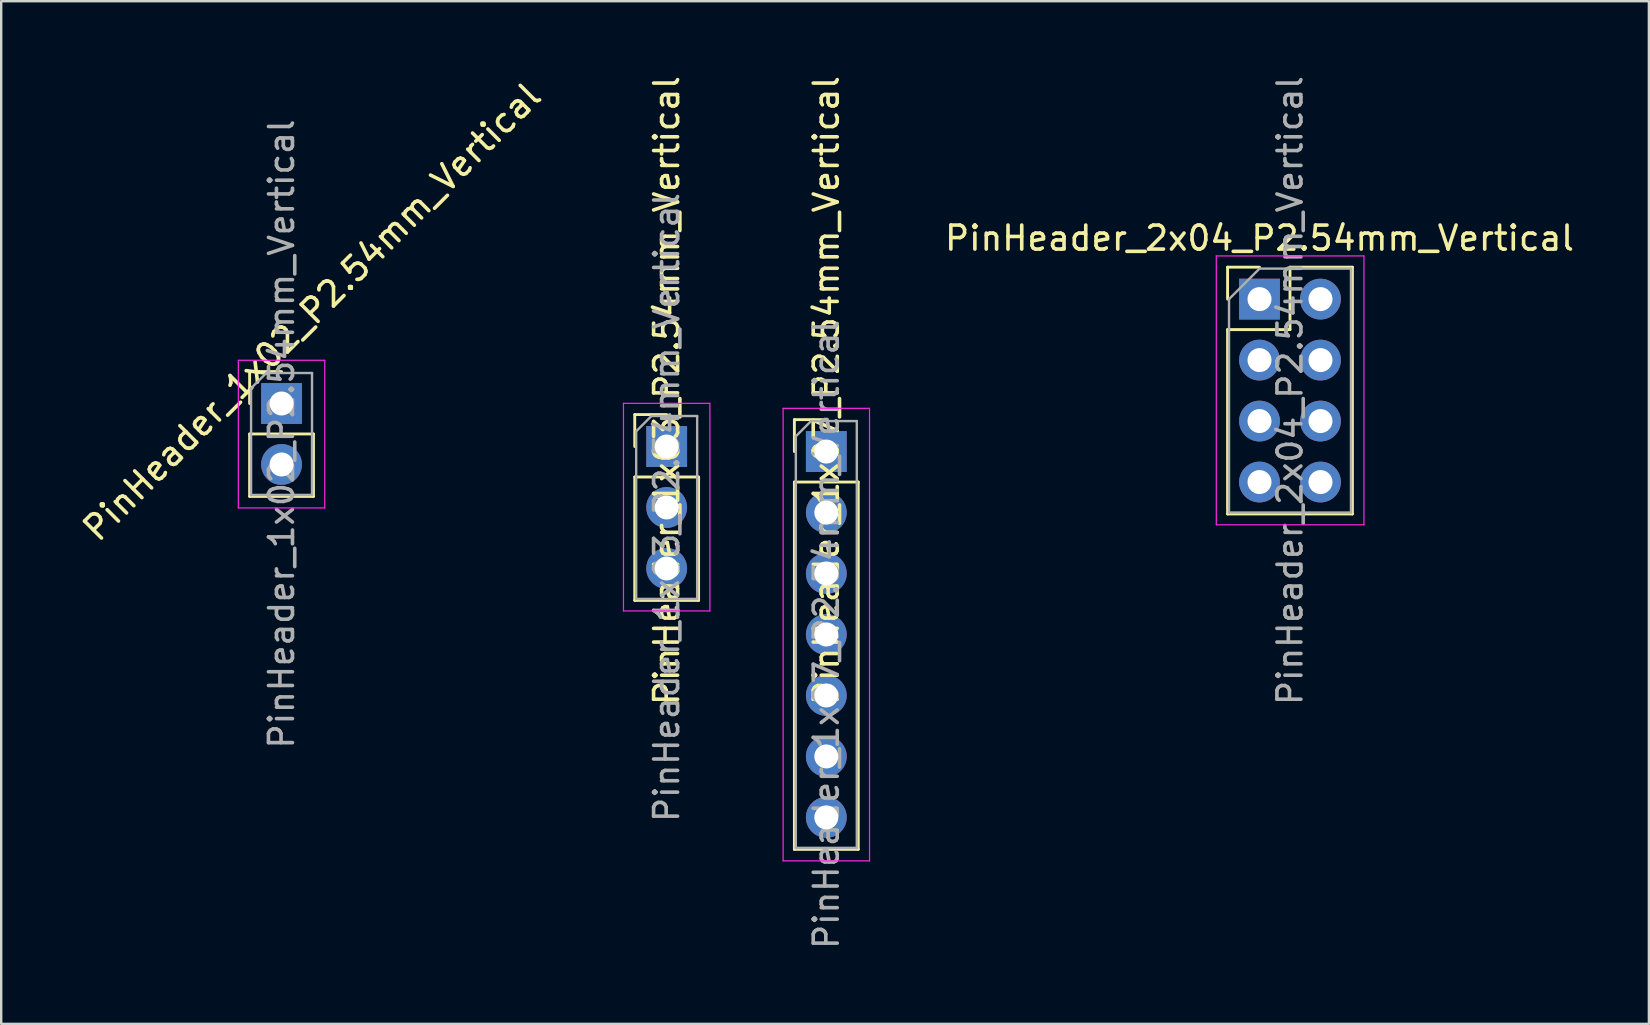
<source format=kicad_pcb>
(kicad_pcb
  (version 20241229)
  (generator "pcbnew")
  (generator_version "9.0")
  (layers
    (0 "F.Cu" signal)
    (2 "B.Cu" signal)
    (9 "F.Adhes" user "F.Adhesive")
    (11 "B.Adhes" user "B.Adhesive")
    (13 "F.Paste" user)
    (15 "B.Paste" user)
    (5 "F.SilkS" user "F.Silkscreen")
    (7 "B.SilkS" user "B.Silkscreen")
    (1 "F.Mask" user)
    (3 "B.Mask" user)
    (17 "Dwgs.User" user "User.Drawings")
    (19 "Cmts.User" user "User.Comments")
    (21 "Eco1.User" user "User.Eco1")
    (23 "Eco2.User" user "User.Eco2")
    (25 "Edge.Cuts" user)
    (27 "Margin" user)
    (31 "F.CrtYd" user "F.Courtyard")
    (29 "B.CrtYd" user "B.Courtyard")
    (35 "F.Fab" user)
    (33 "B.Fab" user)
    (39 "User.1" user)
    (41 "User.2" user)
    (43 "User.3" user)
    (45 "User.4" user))
  (footprint "PinHeader_1x07_P2.54mm_Vertical"
    (layer "F.Cu")
    (at 31.371 15.76)
    (property "Reference" "PinHeader_1x07_P2.54mm_Vertical" (at 0 -2.54 90) (layer "F.SilkS") (effects (font (size 1 1) (thickness 0.15))))
    (attr through_hole)
    (fp_line (start -1.33 -1.33) (end 0 -1.33) (stroke (width 0.12) (type solid)) (layer "F.SilkS"))
    (fp_line (start -1.33 0) (end -1.33 -1.33) (stroke (width 0.12) (type solid)) (layer "F.SilkS"))
    (fp_line (start -1.33 1.27) (end -1.33 16.57) (stroke (width 0.12) (type solid)) (layer "F.SilkS"))
    (fp_line (start -1.33 1.27) (end 1.33 1.27) (stroke (width 0.12) (type solid)) (layer "F.SilkS"))
    (fp_line (start -1.33 16.57) (end 1.33 16.57) (stroke (width 0.12) (type solid)) (layer "F.SilkS"))
    (fp_line (start 1.33 1.27) (end 1.33 16.57) (stroke (width 0.12) (type solid)) (layer "F.SilkS"))
    (fp_line (start -1.8 -1.8) (end -1.8 17.05) (stroke (width 0.05) (type solid)) (layer "F.CrtYd"))
    (fp_line (start -1.8 17.05) (end 1.8 17.05) (stroke (width 0.05) (type solid)) (layer "F.CrtYd"))
    (fp_line (start 1.8 -1.8) (end -1.8 -1.8) (stroke (width 0.05) (type solid)) (layer "F.CrtYd"))
    (fp_line (start 1.8 17.05) (end 1.8 -1.8) (stroke (width 0.05) (type solid)) (layer "F.CrtYd"))
    (fp_line (start -1.27 -0.635) (end -0.635 -1.27) (stroke (width 0.1) (type solid)) (layer "F.Fab"))
    (fp_line (start -1.27 16.51) (end -1.27 -0.635) (stroke (width 0.1) (type solid)) (layer "F.Fab"))
    (fp_line (start -0.635 -1.27) (end 1.27 -1.27) (stroke (width 0.1) (type solid)) (layer "F.Fab"))
    (fp_line (start 1.27 -1.27) (end 1.27 16.51) (stroke (width 0.1) (type solid)) (layer "F.Fab"))
    (fp_line (start 1.27 16.51) (end -1.27 16.51) (stroke (width 0.1) (type solid)) (layer "F.Fab"))
    (fp_text user "${REFERENCE}" (at 0 7.62 270) (layer "F.Fab") (effects (font (size 1 1) (thickness 0.15))))
    (pad "1" thru_hole rect (at 0 0) (size 1.7 1.7) (drill 1) (layers "*.Cu" "*.Mask"))
    (pad "2" thru_hole oval (at 0 2.54) (size 1.7 1.7) (drill 1) (layers "*.Cu" "*.Mask"))
    (pad "3" thru_hole oval (at 0 5.08) (size 1.7 1.7) (drill 1) (layers "*.Cu" "*.Mask"))
    (pad "4" thru_hole oval (at 0 7.62) (size 1.7 1.7) (drill 1) (layers "*.Cu" "*.Mask"))
    (pad "5" thru_hole oval (at 0 10.16) (size 1.7 1.7) (drill 1) (layers "*.Cu" "*.Mask"))
    (pad "6" thru_hole oval (at 0 12.7) (size 1.7 1.7) (drill 1) (layers "*.Cu" "*.Mask"))
    (pad "7" thru_hole oval (at 0 15.24) (size 1.7 1.7) (drill 1) (layers "*.Cu" "*.Mask")))
  (footprint "PinHeader_1x02_P2.54mm_Vertical"
    (layer "F.Cu")
    (at 8.678 13.758)
    (property "Reference" "PinHeader_1x02_P2.54mm_Vertical" (at 1.27 -3.81 45) (layer "F.SilkS") (effects (font (size 1 1) (thickness 0.15))))
    (attr through_hole)
    (fp_line (start -1.33 -1.33) (end 0 -1.33) (stroke (width 0.12) (type solid)) (layer "F.SilkS"))
    (fp_line (start -1.33 0) (end -1.33 -1.33) (stroke (width 0.12) (type solid)) (layer "F.SilkS"))
    (fp_line (start -1.33 1.27) (end -1.33 3.87) (stroke (width 0.12) (type solid)) (layer "F.SilkS"))
    (fp_line (start -1.33 1.27) (end 1.33 1.27) (stroke (width 0.12) (type solid)) (layer "F.SilkS"))
    (fp_line (start -1.33 3.87) (end 1.33 3.87) (stroke (width 0.12) (type solid)) (layer "F.SilkS"))
    (fp_line (start 1.33 1.27) (end 1.33 3.87) (stroke (width 0.12) (type solid)) (layer "F.SilkS"))
    (fp_line (start -1.8 -1.8) (end -1.8 4.35) (stroke (width 0.05) (type solid)) (layer "F.CrtYd"))
    (fp_line (start -1.8 4.35) (end 1.8 4.35) (stroke (width 0.05) (type solid)) (layer "F.CrtYd"))
    (fp_line (start 1.8 -1.8) (end -1.8 -1.8) (stroke (width 0.05) (type solid)) (layer "F.CrtYd"))
    (fp_line (start 1.8 4.35) (end 1.8 -1.8) (stroke (width 0.05) (type solid)) (layer "F.CrtYd"))
    (fp_line (start -1.27 -0.635) (end -0.635 -1.27) (stroke (width 0.1) (type solid)) (layer "F.Fab"))
    (fp_line (start -1.27 3.81) (end -1.27 -0.635) (stroke (width 0.1) (type solid)) (layer "F.Fab"))
    (fp_line (start -0.635 -1.27) (end 1.27 -1.27) (stroke (width 0.1) (type solid)) (layer "F.Fab"))
    (fp_line (start 1.27 -1.27) (end 1.27 3.81) (stroke (width 0.1) (type solid)) (layer "F.Fab"))
    (fp_line (start 1.27 3.81) (end -1.27 3.81) (stroke (width 0.1) (type solid)) (layer "F.Fab"))
    (fp_text user "${REFERENCE}" (at 0 1.27 90) (layer "F.Fab") (effects (font (size 1 1) (thickness 0.15))))
    (pad "1" thru_hole rect (at 0 0) (size 1.7 1.7) (drill 1) (layers "*.Cu" "*.Mask"))
    (pad "2" thru_hole oval (at 0 2.54) (size 1.7 1.7) (drill 1) (layers "*.Cu" "*.Mask")))
  (footprint "PinHeader_2x04_P2.54mm_Vertical"
    (layer "F.Cu")
    (at 49.416 9.41)
    (property "Reference" "PinHeader_2x04_P2.54mm_Vertical" (at 0 -2.54 0) (layer "F.SilkS") (effects (font (size 1 1) (thickness 0.15))))
    (attr through_hole)
    (fp_line (start -1.33 -1.33) (end 0 -1.33) (stroke (width 0.12) (type solid)) (layer "F.SilkS"))
    (fp_line (start -1.33 0) (end -1.33 -1.33) (stroke (width 0.12) (type solid)) (layer "F.SilkS"))
    (fp_line (start -1.33 1.27) (end -1.33 8.95) (stroke (width 0.12) (type solid)) (layer "F.SilkS"))
    (fp_line (start -1.33 1.27) (end 1.27 1.27) (stroke (width 0.12) (type solid)) (layer "F.SilkS"))
    (fp_line (start -1.33 8.95) (end 3.87 8.95) (stroke (width 0.12) (type solid)) (layer "F.SilkS"))
    (fp_line (start 1.27 -1.33) (end 3.87 -1.33) (stroke (width 0.12) (type solid)) (layer "F.SilkS"))
    (fp_line (start 1.27 1.27) (end 1.27 -1.33) (stroke (width 0.12) (type solid)) (layer "F.SilkS"))
    (fp_line (start 3.87 -1.33) (end 3.87 8.95) (stroke (width 0.12) (type solid)) (layer "F.SilkS"))
    (fp_line (start -1.8 -1.8) (end -1.8 9.4) (stroke (width 0.05) (type solid)) (layer "F.CrtYd"))
    (fp_line (start -1.8 9.4) (end 4.35 9.4) (stroke (width 0.05) (type solid)) (layer "F.CrtYd"))
    (fp_line (start 4.35 -1.8) (end -1.8 -1.8) (stroke (width 0.05) (type solid)) (layer "F.CrtYd"))
    (fp_line (start 4.35 9.4) (end 4.35 -1.8) (stroke (width 0.05) (type solid)) (layer "F.CrtYd"))
    (fp_line (start -1.27 0) (end 0 -1.27) (stroke (width 0.1) (type solid)) (layer "F.Fab"))
    (fp_line (start -1.27 8.89) (end -1.27 0) (stroke (width 0.1) (type solid)) (layer "F.Fab"))
    (fp_line (start 0 -1.27) (end 3.81 -1.27) (stroke (width 0.1) (type solid)) (layer "F.Fab"))
    (fp_line (start 3.81 -1.27) (end 3.81 8.89) (stroke (width 0.1) (type solid)) (layer "F.Fab"))
    (fp_line (start 3.81 8.89) (end -1.27 8.89) (stroke (width 0.1) (type solid)) (layer "F.Fab"))
    (fp_text user "${REFERENCE}" (at 1.27 3.81 90) (layer "F.Fab") (effects (font (size 1 1) (thickness 0.15))))
    (pad "1" thru_hole rect (at 0 0) (size 1.7 1.7) (drill 1) (layers "*.Cu" "*.Mask"))
    (pad "2" thru_hole oval (at 2.54 0) (size 1.7 1.7) (drill 1) (layers "*.Cu" "*.Mask"))
    (pad "3" thru_hole oval (at 0 2.54) (size 1.7 1.7) (drill 1) (layers "*.Cu" "*.Mask"))
    (pad "4" thru_hole oval (at 2.54 2.54) (size 1.7 1.7) (drill 1) (layers "*.Cu" "*.Mask"))
    (pad "5" thru_hole oval (at 0 5.08) (size 1.7 1.7) (drill 1) (layers "*.Cu" "*.Mask"))
    (pad "6" thru_hole oval (at 2.54 5.08) (size 1.7 1.7) (drill 1) (layers "*.Cu" "*.Mask"))
    (pad "7" thru_hole oval (at 0 7.62) (size 1.7 1.7) (drill 1) (layers "*.Cu" "*.Mask"))
    (pad "8" thru_hole oval (at 2.54 7.62) (size 1.7 1.7) (drill 1) (layers "*.Cu" "*.Mask")))
  (footprint "PinHeader_1x03_P2.54mm_Vertical"
    (layer "F.Cu")
    (at 24.721 15.55)
    (property "Reference" "PinHeader_1x03_P2.54mm_Vertical" (at 0 -2.33 90) (layer "F.SilkS") (effects (font (size 1 1) (thickness 0.15))))
    (attr through_hole)
    (fp_line (start -1.33 -1.33) (end 0 -1.33) (stroke (width 0.12) (type solid)) (layer "F.SilkS"))
    (fp_line (start -1.33 0) (end -1.33 -1.33) (stroke (width 0.12) (type solid)) (layer "F.SilkS"))
    (fp_line (start -1.33 1.27) (end -1.33 6.41) (stroke (width 0.12) (type solid)) (layer "F.SilkS"))
    (fp_line (start -1.33 1.27) (end 1.33 1.27) (stroke (width 0.12) (type solid)) (layer "F.SilkS"))
    (fp_line (start -1.33 6.41) (end 1.33 6.41) (stroke (width 0.12) (type solid)) (layer "F.SilkS"))
    (fp_line (start 1.33 1.27) (end 1.33 6.41) (stroke (width 0.12) (type solid)) (layer "F.SilkS"))
    (fp_line (start -1.8 -1.8) (end -1.8 6.85) (stroke (width 0.05) (type solid)) (layer "F.CrtYd"))
    (fp_line (start -1.8 6.85) (end 1.8 6.85) (stroke (width 0.05) (type solid)) (layer "F.CrtYd"))
    (fp_line (start 1.8 -1.8) (end -1.8 -1.8) (stroke (width 0.05) (type solid)) (layer "F.CrtYd"))
    (fp_line (start 1.8 6.85) (end 1.8 -1.8) (stroke (width 0.05) (type solid)) (layer "F.CrtYd"))
    (fp_line (start -1.27 -0.635) (end -0.635 -1.27) (stroke (width 0.1) (type solid)) (layer "F.Fab"))
    (fp_line (start -1.27 6.35) (end -1.27 -0.635) (stroke (width 0.1) (type solid)) (layer "F.Fab"))
    (fp_line (start -0.635 -1.27) (end 1.27 -1.27) (stroke (width 0.1) (type solid)) (layer "F.Fab"))
    (fp_line (start 1.27 -1.27) (end 1.27 6.35) (stroke (width 0.1) (type solid)) (layer "F.Fab"))
    (fp_line (start 1.27 6.35) (end -1.27 6.35) (stroke (width 0.1) (type solid)) (layer "F.Fab"))
    (fp_text user "${REFERENCE}" (at 0 2.54 270) (layer "F.Fab") (effects (font (size 1 1) (thickness 0.15))))
    (pad "1" thru_hole rect (at 0 0) (size 1.7 1.7) (drill 1) (layers "*.Cu" "*.Mask"))
    (pad "2" thru_hole oval (at 0 2.54) (size 1.7 1.7) (drill 1) (layers "*.Cu" "*.Mask"))
    (pad "3" thru_hole oval (at 0 5.08) (size 1.7 1.7) (drill 1) (layers "*.Cu" "*.Mask")))
  (gr_rect
    (start -3 -3)
    (end 65.636 39.6)
    (stroke (width 0.1) (type default))
    (fill no)
    (layer "Edge.Cuts")))
</source>
